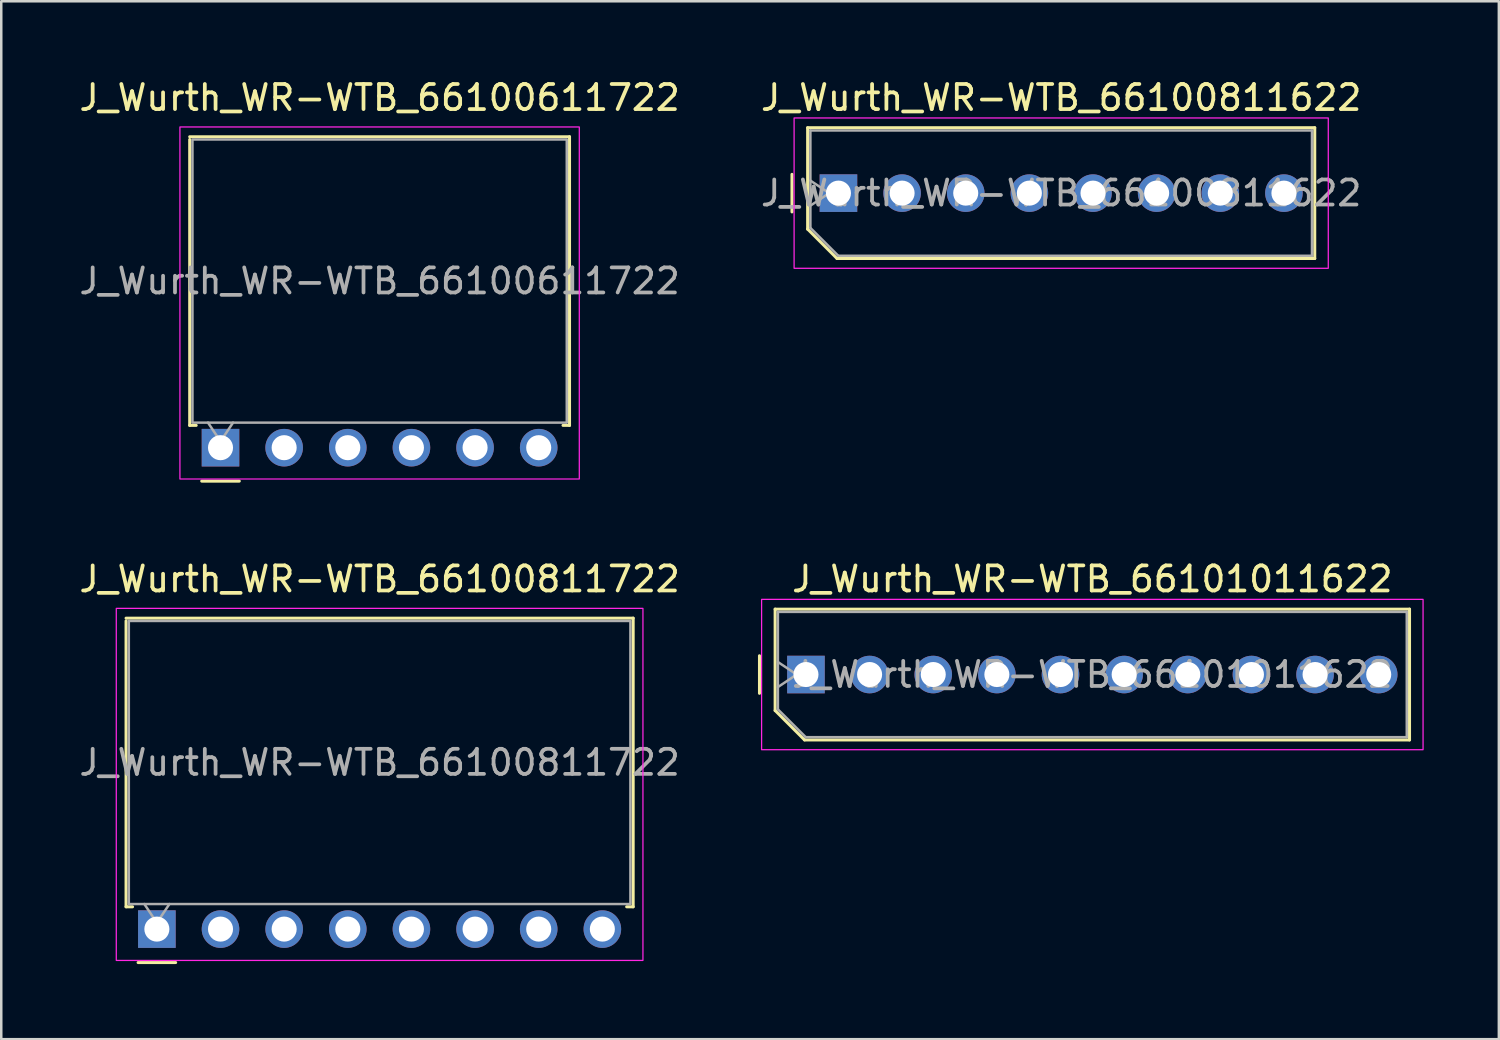
<source format=kicad_pcb>
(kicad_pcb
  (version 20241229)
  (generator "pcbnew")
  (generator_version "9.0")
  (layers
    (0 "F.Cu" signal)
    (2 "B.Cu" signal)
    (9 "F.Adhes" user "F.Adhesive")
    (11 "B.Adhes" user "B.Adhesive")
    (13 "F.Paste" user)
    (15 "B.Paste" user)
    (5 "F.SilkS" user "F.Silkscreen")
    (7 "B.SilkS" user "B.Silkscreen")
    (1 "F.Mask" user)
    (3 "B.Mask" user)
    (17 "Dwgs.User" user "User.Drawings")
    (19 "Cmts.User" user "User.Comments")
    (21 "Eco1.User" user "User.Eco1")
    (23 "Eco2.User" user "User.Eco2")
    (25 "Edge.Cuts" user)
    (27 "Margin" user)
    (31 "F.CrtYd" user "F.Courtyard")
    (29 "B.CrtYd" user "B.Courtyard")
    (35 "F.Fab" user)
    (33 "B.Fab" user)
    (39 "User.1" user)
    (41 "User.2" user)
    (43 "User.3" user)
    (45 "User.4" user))
  (footprint "J_Wurth_WR-WTB_66100811722"
    (layer "F.Cu")
    (at 3.211 34.032)
    (property "Reference" "J_Wurth_WR-WTB_66100811722" (at 8.89 -13.97 0) (unlocked yes) (layer "F.SilkS") (effects (font (size 1 1) (thickness 0.15))))
    (attr through_hole)
    (fp_line (start -1.23 -12.41) (end 19.01 -12.41) (stroke (width 0.12) (type default)) (layer "F.SilkS"))
    (fp_line (start -1.23 -0.89) (end -1.23 -12.3) (stroke (width 0.12) (type solid)) (layer "F.SilkS"))
    (fp_line (start -1.23 -0.89) (end -0.97 -0.89) (stroke (width 0.12) (type solid)) (layer "F.SilkS"))
    (fp_line (start 0.75 1.335) (end -0.75 1.335) (stroke (width 0.12) (type solid)) (layer "F.SilkS"))
    (fp_line (start 18.75 -0.89) (end 19.01 -0.89) (stroke (width 0.12) (type solid)) (layer "F.SilkS"))
    (fp_line (start 19.01 -12.41) (end 19.01 -0.89) (stroke (width 0.12) (type solid)) (layer "F.SilkS"))
    (fp_rect (start -1.62 -12.8) (end 19.4 1.25) (stroke (width 0.05) (type solid)) (fill no) (layer "F.CrtYd"))
    (fp_line (start 0 -0.25) (end -0.5 -1) (stroke (width 0.1) (type solid)) (layer "F.Fab"))
    (fp_line (start 0 -0.25) (end 0.5 -1) (stroke (width 0.1) (type solid)) (layer "F.Fab"))
    (fp_rect (start -1.12 -12.3) (end 18.9 -1) (stroke (width 0.1) (type solid)) (fill no) (layer "F.Fab"))
    (fp_text user "${REFERENCE}" (at 8.89 -6.65 0) (unlocked yes) (layer "F.Fab") (effects (font (size 1 1) (thickness 0.15))))
    (pad "1" thru_hole rect (at 0 0 180) (size 1.5 1.5) (drill 1) (layers "*.Cu" "*.Mask"))
    (pad "2" thru_hole circle (at 2.54 0 180) (size 1.5 1.5) (drill 1) (layers "*.Cu" "*.Mask"))
    (pad "3" thru_hole circle (at 5.08 0 180) (size 1.5 1.5) (drill 1) (layers "*.Cu" "*.Mask"))
    (pad "4" thru_hole circle (at 7.62 0 180) (size 1.5 1.5) (drill 1) (layers "*.Cu" "*.Mask"))
    (pad "5" thru_hole circle (at 10.16 0 180) (size 1.5 1.5) (drill 1) (layers "*.Cu" "*.Mask"))
    (pad "6" thru_hole circle (at 12.7 0 180) (size 1.5 1.5) (drill 1) (layers "*.Cu" "*.Mask"))
    (pad "7" thru_hole circle (at 15.24 0 180) (size 1.5 1.5) (drill 1) (layers "*.Cu" "*.Mask"))
    (pad "8" thru_hole circle (at 17.78 0 180) (size 1.5 1.5) (drill 1) (layers "*.Cu" "*.Mask")))
  (footprint "J_Wurth_WR-WTB_66100611722"
    (layer "F.Cu")
    (at 5.751 14.818)
    (property "Reference" "J_Wurth_WR-WTB_66100611722" (at 6.35 -13.97 0) (unlocked yes) (layer "F.SilkS") (effects (font (size 1 1) (thickness 0.15))))
    (attr through_hole)
    (fp_line (start -1.23 -12.41) (end 13.93 -12.41) (stroke (width 0.12) (type default)) (layer "F.SilkS"))
    (fp_line (start -1.23 -0.89) (end -1.23 -12.3) (stroke (width 0.12) (type solid)) (layer "F.SilkS"))
    (fp_line (start -1.23 -0.89) (end -0.97 -0.89) (stroke (width 0.12) (type solid)) (layer "F.SilkS"))
    (fp_line (start 0.75 1.335) (end -0.75 1.335) (stroke (width 0.12) (type solid)) (layer "F.SilkS"))
    (fp_line (start 13.67 -0.89) (end 13.93 -0.89) (stroke (width 0.12) (type solid)) (layer "F.SilkS"))
    (fp_line (start 13.93 -12.41) (end 13.93 -0.89) (stroke (width 0.12) (type solid)) (layer "F.SilkS"))
    (fp_rect (start -1.62 -12.8) (end 14.32 1.25) (stroke (width 0.05) (type solid)) (fill no) (layer "F.CrtYd"))
    (fp_line (start 0 -0.25) (end -0.5 -1) (stroke (width 0.1) (type solid)) (layer "F.Fab"))
    (fp_line (start 0 -0.25) (end 0.5 -1) (stroke (width 0.1) (type solid)) (layer "F.Fab"))
    (fp_rect (start -1.12 -12.3) (end 13.82 -1) (stroke (width 0.1) (type solid)) (fill no) (layer "F.Fab"))
    (fp_text user "${REFERENCE}" (at 6.35 -6.65 0) (unlocked yes) (layer "F.Fab") (effects (font (size 1 1) (thickness 0.15))))
    (pad "1" thru_hole rect (at 0 0 180) (size 1.5 1.5) (drill 1) (layers "*.Cu" "*.Mask"))
    (pad "2" thru_hole circle (at 2.54 0 180) (size 1.5 1.5) (drill 1) (layers "*.Cu" "*.Mask"))
    (pad "3" thru_hole circle (at 5.08 0 180) (size 1.5 1.5) (drill 1) (layers "*.Cu" "*.Mask"))
    (pad "4" thru_hole circle (at 7.62 0 180) (size 1.5 1.5) (drill 1) (layers "*.Cu" "*.Mask"))
    (pad "5" thru_hole circle (at 10.16 0 180) (size 1.5 1.5) (drill 1) (layers "*.Cu" "*.Mask"))
    (pad "6" thru_hole circle (at 12.7 0 180) (size 1.5 1.5) (drill 1) (layers "*.Cu" "*.Mask")))
  (footprint "J_Wurth_WR-WTB_66100811622"
    (layer "F.Cu")
    (at 30.414 4.658)
    (property "Reference" "J_Wurth_WR-WTB_66100811622" (at 8.89 -3.81 0) (unlocked yes) (layer "F.SilkS") (effects (font (size 1 1) (thickness 0.15))))
    (attr through_hole)
    (fp_line (start -1.855 -0.75) (end -1.855 0.75) (stroke (width 0.12) (type solid)) (layer "F.SilkS"))
    (fp_line (start -1.23 -2.61) (end 19.01 -2.61) (stroke (width 0.12) (type solid)) (layer "F.SilkS"))
    (fp_line (start -1.23 1.436) (end -1.23 -2.61) (stroke (width 0.12) (type default)) (layer "F.SilkS"))
    (fp_line (start -1.23 1.436) (end -0.056 2.61) (stroke (width 0.12) (type default)) (layer "F.SilkS"))
    (fp_line (start 19.01 -2.61) (end 19.01 2.61) (stroke (width 0.12) (type default)) (layer "F.SilkS"))
    (fp_line (start 19.01 2.61) (end -0.056 2.61) (stroke (width 0.12) (type default)) (layer "F.SilkS"))
    (fp_rect (start -1.77 -3) (end 19.55 3) (stroke (width 0.05) (type solid)) (fill no) (layer "F.CrtYd"))
    (fp_line (start -1.12 -2.5) (end 18.9 -2.5) (stroke (width 0.1) (type solid)) (layer "F.Fab"))
    (fp_line (start -1.12 1.39) (end -1.12 -2.5) (stroke (width 0.1) (type solid)) (layer "F.Fab"))
    (fp_line (start -0.37 0) (end -1.12 -0.5) (stroke (width 0.1) (type solid)) (layer "F.Fab"))
    (fp_line (start -0.37 0) (end -1.12 0.5) (stroke (width 0.1) (type solid)) (layer "F.Fab"))
    (fp_line (start -0.01 2.5) (end -1.12 1.39) (stroke (width 0.1) (type default)) (layer "F.Fab"))
    (fp_line (start 18.9 -2.5) (end 18.9 2.5) (stroke (width 0.1) (type default)) (layer "F.Fab"))
    (fp_line (start 18.9 2.5) (end -0.01 2.5) (stroke (width 0.1) (type solid)) (layer "F.Fab"))
    (fp_text user "${REFERENCE}" (at 8.89 0 0) (unlocked yes) (layer "F.Fab") (effects (font (size 1 1) (thickness 0.15))))
    (pad "1" thru_hole rect (at 0 0) (size 1.5 1.5) (drill 1) (layers "*.Cu" "*.Mask"))
    (pad "2" thru_hole circle (at 2.54 0) (size 1.5 1.5) (drill 1) (layers "*.Cu" "*.Mask"))
    (pad "3" thru_hole circle (at 5.08 0) (size 1.5 1.5) (drill 1) (layers "*.Cu" "*.Mask"))
    (pad "4" thru_hole circle (at 7.62 0) (size 1.5 1.5) (drill 1) (layers "*.Cu" "*.Mask"))
    (pad "5" thru_hole circle (at 10.16 0) (size 1.5 1.5) (drill 1) (layers "*.Cu" "*.Mask"))
    (pad "6" thru_hole circle (at 12.7 0) (size 1.5 1.5) (drill 1) (layers "*.Cu" "*.Mask"))
    (pad "7" thru_hole circle (at 15.24 0) (size 1.5 1.5) (drill 1) (layers "*.Cu" "*.Mask"))
    (pad "8" thru_hole circle (at 17.78 0) (size 1.5 1.5) (drill 1) (layers "*.Cu" "*.Mask")))
  (footprint "J_Wurth_WR-WTB_66101011622"
    (layer "F.Cu")
    (at 29.117 23.872)
    (property "Reference" "J_Wurth_WR-WTB_66101011622" (at 11.43 -3.81 0) (unlocked yes) (layer "F.SilkS") (effects (font (size 1 1) (thickness 0.15))))
    (attr through_hole)
    (fp_line (start -1.855 -0.75) (end -1.855 0.75) (stroke (width 0.12) (type solid)) (layer "F.SilkS"))
    (fp_line (start -1.23 -2.61) (end 24.09 -2.61) (stroke (width 0.12) (type solid)) (layer "F.SilkS"))
    (fp_line (start -1.23 1.436) (end -1.23 -2.61) (stroke (width 0.12) (type default)) (layer "F.SilkS"))
    (fp_line (start -1.23 1.436) (end -0.056 2.61) (stroke (width 0.12) (type default)) (layer "F.SilkS"))
    (fp_line (start 24.09 -2.61) (end 24.09 2.61) (stroke (width 0.12) (type default)) (layer "F.SilkS"))
    (fp_line (start 24.09 2.61) (end -0.056 2.61) (stroke (width 0.12) (type default)) (layer "F.SilkS"))
    (fp_rect (start -1.77 -3) (end 24.63 3) (stroke (width 0.05) (type solid)) (fill no) (layer "F.CrtYd"))
    (fp_line (start -1.12 -2.5) (end 23.98 -2.5) (stroke (width 0.1) (type solid)) (layer "F.Fab"))
    (fp_line (start -1.12 1.39) (end -1.12 -2.5) (stroke (width 0.1) (type solid)) (layer "F.Fab"))
    (fp_line (start -0.37 0) (end -1.12 -0.5) (stroke (width 0.1) (type solid)) (layer "F.Fab"))
    (fp_line (start -0.37 0) (end -1.12 0.5) (stroke (width 0.1) (type solid)) (layer "F.Fab"))
    (fp_line (start -0.01 2.5) (end -1.12 1.39) (stroke (width 0.1) (type default)) (layer "F.Fab"))
    (fp_line (start 23.98 -2.5) (end 23.98 2.5) (stroke (width 0.1) (type default)) (layer "F.Fab"))
    (fp_line (start 23.98 2.5) (end -0.01 2.5) (stroke (width 0.1) (type solid)) (layer "F.Fab"))
    (fp_text user "${REFERENCE}" (at 11.43 0 0) (unlocked yes) (layer "F.Fab") (effects (font (size 1 1) (thickness 0.15))))
    (pad "1" thru_hole rect (at 0 0) (size 1.5 1.5) (drill 1) (layers "*.Cu" "*.Mask"))
    (pad "2" thru_hole circle (at 2.54 0) (size 1.5 1.5) (drill 1) (layers "*.Cu" "*.Mask"))
    (pad "3" thru_hole circle (at 5.08 0) (size 1.5 1.5) (drill 1) (layers "*.Cu" "*.Mask"))
    (pad "4" thru_hole circle (at 7.62 0) (size 1.5 1.5) (drill 1) (layers "*.Cu" "*.Mask"))
    (pad "5" thru_hole circle (at 10.16 0) (size 1.5 1.5) (drill 1) (layers "*.Cu" "*.Mask"))
    (pad "6" thru_hole circle (at 12.7 0) (size 1.5 1.5) (drill 1) (layers "*.Cu" "*.Mask"))
    (pad "7" thru_hole circle (at 15.24 0) (size 1.5 1.5) (drill 1) (layers "*.Cu" "*.Mask"))
    (pad "8" thru_hole circle (at 17.78 0) (size 1.5 1.5) (drill 1) (layers "*.Cu" "*.Mask"))
    (pad "9" thru_hole circle (at 20.32 0) (size 1.5 1.5) (drill 1) (layers "*.Cu" "*.Mask"))
    (pad "10" thru_hole circle (at 22.86 0) (size 1.5 1.5) (drill 1) (layers "*.Cu" "*.Mask")))
  (gr_rect
    (start -3 -3)
    (end 56.772 38.426)
    (stroke (width 0.1) (type default))
    (fill no)
    (layer "Edge.Cuts")))
</source>
